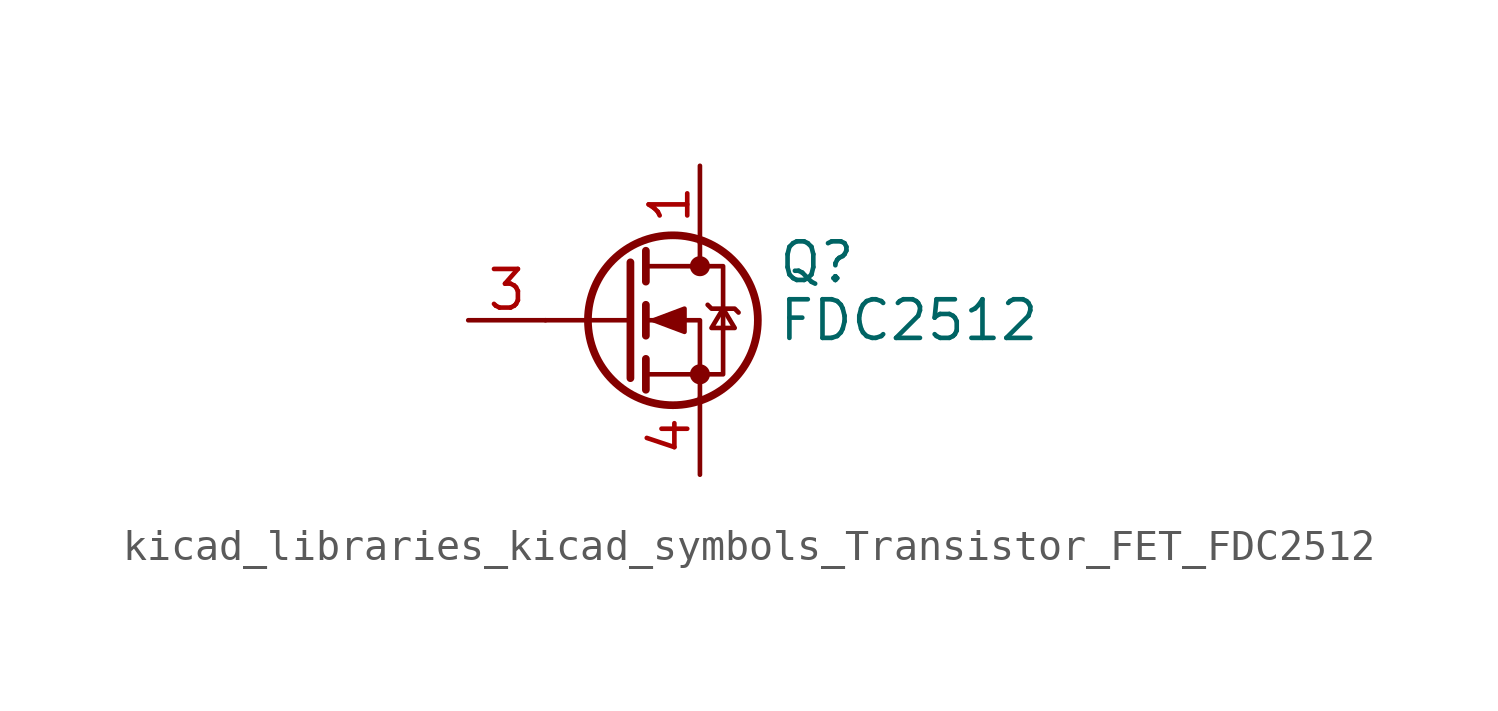
<source format=kicad_sym>
(kicad_symbol_lib
  (version 20220914)
  (generator kicad_symbol_editor)
  (symbol "kicad_libraries_kicad_symbols_Transistor_FET_FDC2512"
    (pin_names hide)
    (property "Reference" "Q"
      (at 5.08 1.905 0)
      (effects (font (size 1.27 1.27)) (justify left)))
    (property "Value" "FDC2512"
      (at 5.08 0 0)
      (effects (font (size 1.27 1.27)) (justify left)))
    (symbol "kicad_libraries_kicad_symbols_Transistor_FET_FDC2512_0_1"
      (polyline (pts (xy 0.254 0) (xy -2.54 0)) (stroke (width 0) (type default)) (fill (type none)))
      (polyline (pts (xy 0.254 1.905) (xy 0.254 -1.905)) (stroke (width 0.254) (type default)) (fill (type none)))
      (polyline (pts (xy 0.762 -1.27) (xy 0.762 -2.286)) (stroke (width 0.254) (type default)) (fill (type none)))
      (polyline (pts (xy 0.762 0.508) (xy 0.762 -0.508)) (stroke (width 0.254) (type default)) (fill (type none)))
      (polyline (pts (xy 0.762 2.286) (xy 0.762 1.27)) (stroke (width 0.254) (type default)) (fill (type none)))
      (polyline (pts (xy 2.54 2.54) (xy 2.54 1.778)) (stroke (width 0) (type default)) (fill (type none)))
      (polyline (pts (xy 2.54 -2.54) (xy 2.54 0) (xy 0.762 0)) (stroke (width 0) (type default)) (fill (type none)))
      (polyline (pts (xy 0.762 -1.778) (xy 3.302 -1.778) (xy 3.302 1.778) (xy 0.762 1.778)) (stroke (width 0) (type default)) (fill (type none)))
      (polyline (pts (xy 1.016 0) (xy 2.032 0.381) (xy 2.032 -0.381) (xy 1.016 0)) (stroke (width 0) (type default)) (fill (type outline)))
      (polyline (pts (xy 2.794 0.508) (xy 2.921 0.381) (xy 3.683 0.381) (xy 3.81 0.254)) (stroke (width 0) (type default)) (fill (type none)))
      (polyline (pts (xy 3.302 0.381) (xy 2.921 -0.254) (xy 3.683 -0.254) (xy 3.302 0.381)) (stroke (width 0) (type default)) (fill (type none)))
      (circle (center 1.651 0) (radius 2.794) (stroke (width 0.254) (type default)) (fill (type none)))
      (circle (center 2.54 -1.778) (radius 0.254) (stroke (width 0) (type default)) (fill (type outline)))
      (circle (center 2.54 1.778) (radius 0.254) (stroke (width 0) (type default)) (fill (type outline))))
    (symbol "kicad_libraries_kicad_symbols_Transistor_FET_FDC2512_1_1"
      (pin passive line (at 2.54 5.08 270) (length 2.54) (name "D" (effects (font (size 1.27 1.27)))) (number "1" (effects (font (size 1.27 1.27)))))
      (pin passive line (at 2.54 5.08 270) (length 2.54) hide (name "D" (effects (font (size 1.27 1.27)))) (number "2" (effects (font (size 1.27 1.27)))))
      (pin passive line (at -5.08 0 0) (length 2.54) (name "G" (effects (font (size 1.27 1.27)))) (number "3" (effects (font (size 1.27 1.27)))))
      (pin passive line (at 2.54 -5.08 90) (length 2.54) (name "S" (effects (font (size 1.27 1.27)))) (number "4" (effects (font (size 1.27 1.27)))))
      (pin passive line (at 2.54 5.08 270) (length 2.54) hide (name "D" (effects (font (size 1.27 1.27)))) (number "5" (effects (font (size 1.27 1.27)))))
      (pin passive line (at 2.54 5.08 270) (length 2.54) hide (name "D" (effects (font (size 1.27 1.27)))) (number "6" (effects (font (size 1.27 1.27))))))))
</source>
